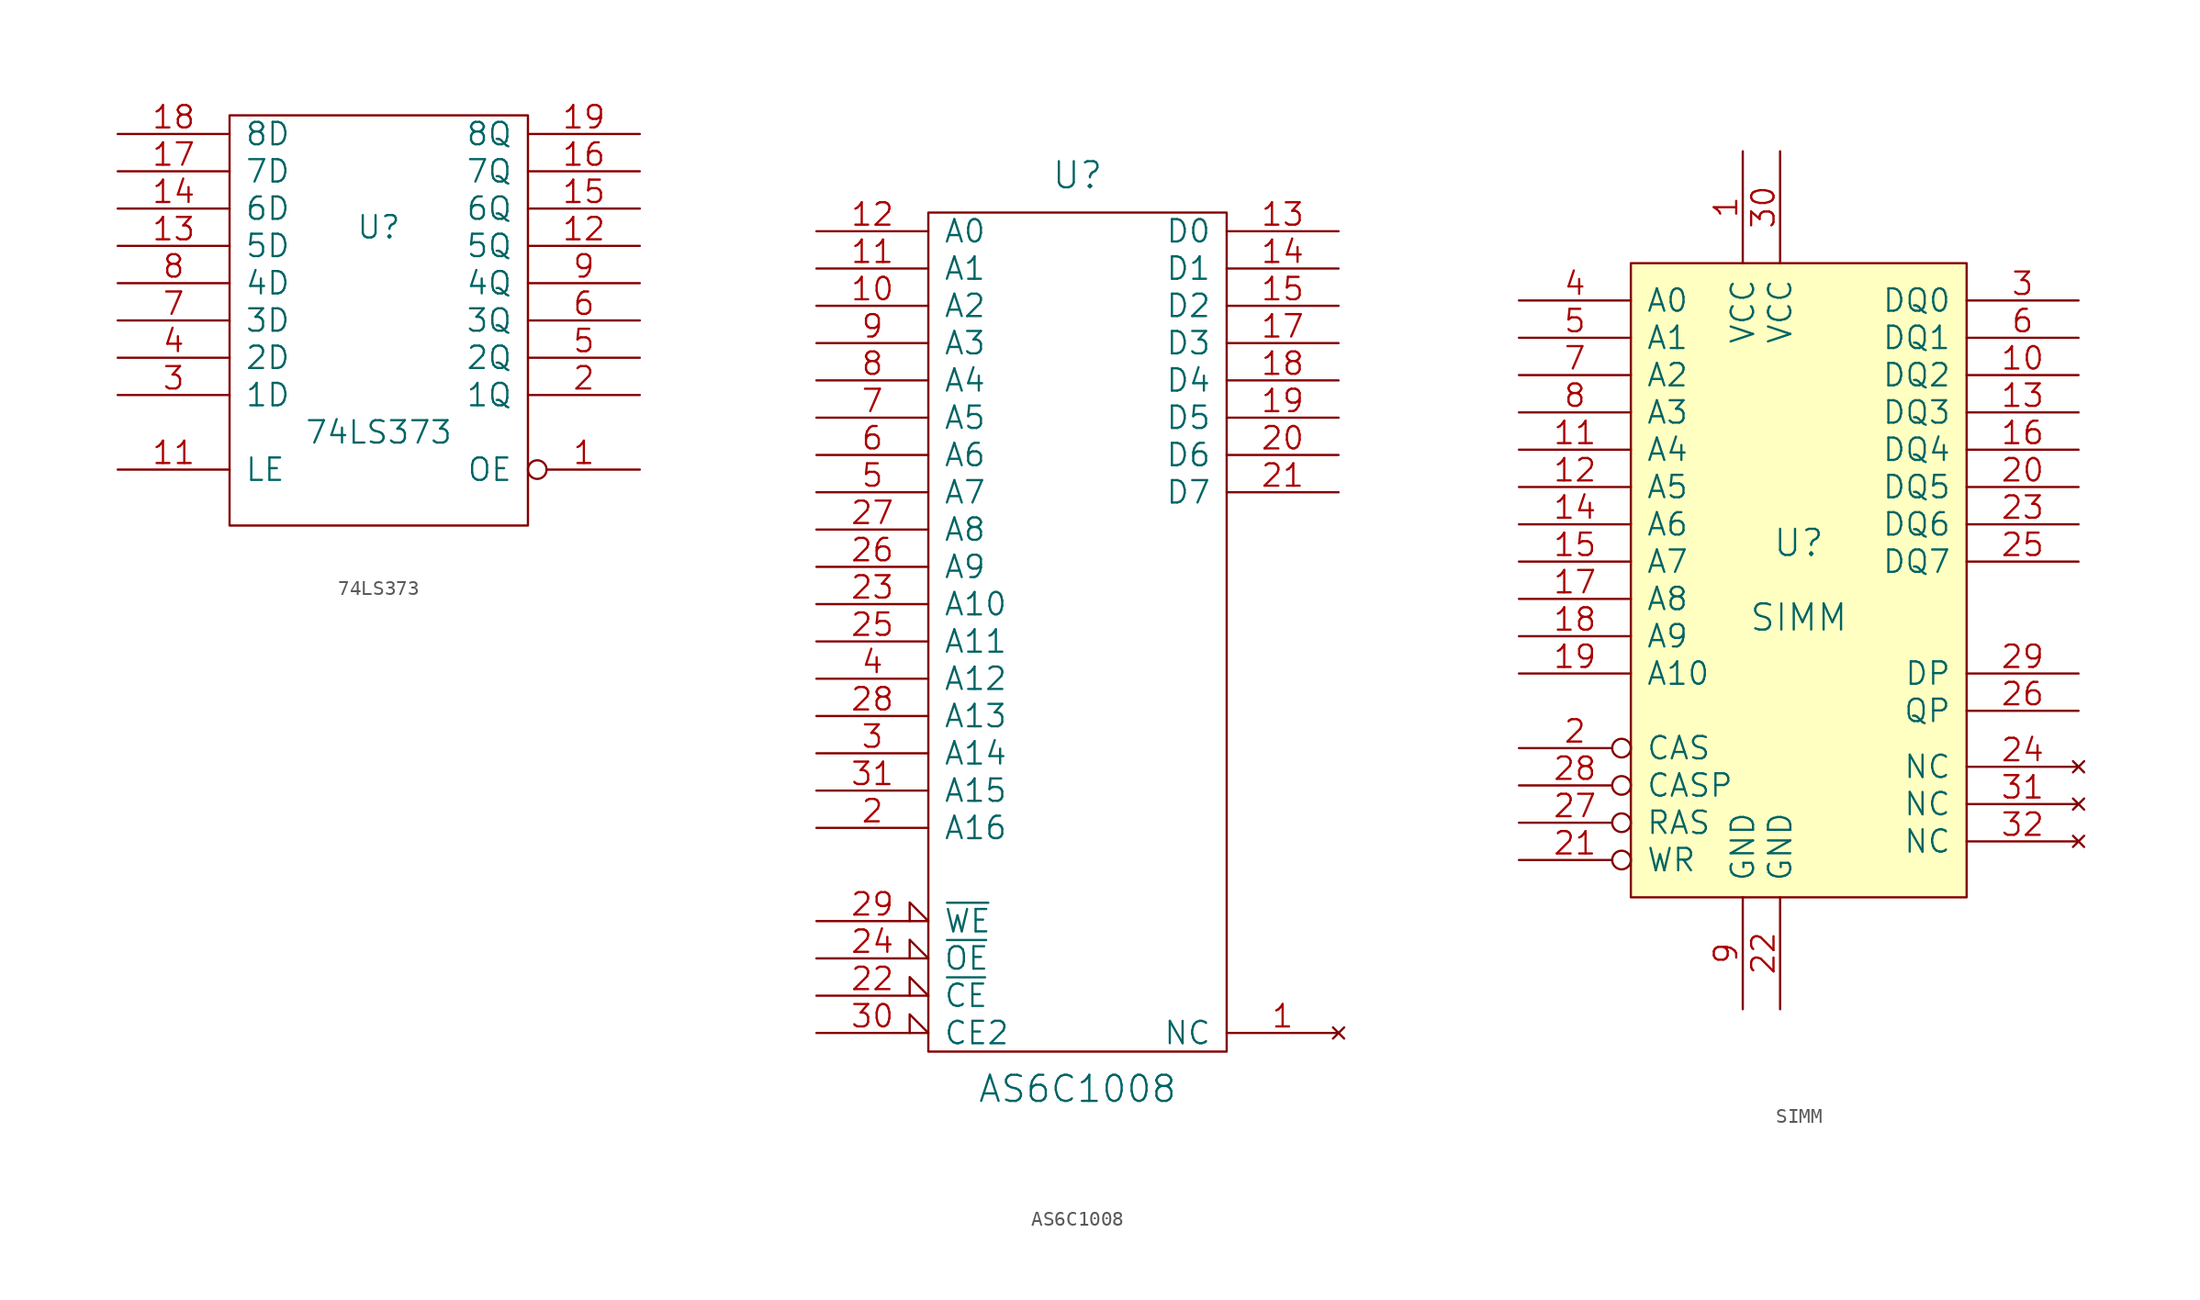
<source format=kicad_sym>
(kicad_symbol_lib
  (version 20211014)
  (generator kicad_symbol_editor)
  (symbol "74LS373"
    (pin_names
      (offset 1.016))
    (property "Reference" "U"
      (at 0 6.35 0)
      (effects (font (size 1.524 1.524))))
    (property "Value" "74LS373"
      (at 0 -7.62 0)
      (effects (font (size 1.524 1.524))))
    (property "Footprint" ""
      (at 0 0 0)
      (effects (font (size 1.524 1.524))))
    (property "Datasheet" ""
      (at 0 0 0)
      (effects (font (size 1.524 1.524))))
    (symbol "74LS373_0_0"
      (pin power_in line (at -5.08 -13.97 90) (length 0) hide (name "GND" (effects (font (size 1.524 1.524)))) (number "10" (effects (font (size 1.524 1.524)))))
      (pin power_in line (at -2.54 13.97 90) (length 0) hide (name "VCC" (effects (font (size 1.524 1.524)))) (number "20" (effects (font (size 1.524 1.524))))))
    (symbol "74LS373_0_1"
      (rectangle (start -10.16 13.97) (end 10.16 -13.97) (stroke (width 0) (type default) (color 0 0 0 0)) (fill (type none))))
    (symbol "74LS373_1_1"
      (pin input inverted (at 17.78 -10.16 180) (length 7.62) (name "OE" (effects (font (size 1.524 1.524)))) (number "1" (effects (font (size 1.524 1.524)))))
      (pin input line (at -17.78 -10.16 0) (length 7.62) (name "LE" (effects (font (size 1.524 1.524)))) (number "11" (effects (font (size 1.524 1.524)))))
      (pin tri_state line (at 17.78 5.08 180) (length 7.62) (name "5Q" (effects (font (size 1.524 1.524)))) (number "12" (effects (font (size 1.524 1.524)))))
      (pin input line (at -17.78 5.08 0) (length 7.62) (name "5D" (effects (font (size 1.524 1.524)))) (number "13" (effects (font (size 1.524 1.524)))))
      (pin input line (at -17.78 7.62 0) (length 7.62) (name "6D" (effects (font (size 1.524 1.524)))) (number "14" (effects (font (size 1.524 1.524)))))
      (pin tri_state line (at 17.78 7.62 180) (length 7.62) (name "6Q" (effects (font (size 1.524 1.524)))) (number "15" (effects (font (size 1.524 1.524)))))
      (pin tri_state line (at 17.78 10.16 180) (length 7.62) (name "7Q" (effects (font (size 1.524 1.524)))) (number "16" (effects (font (size 1.524 1.524)))))
      (pin input line (at -17.78 10.16 0) (length 7.62) (name "7D" (effects (font (size 1.524 1.524)))) (number "17" (effects (font (size 1.524 1.524)))))
      (pin input line (at -17.78 12.7 0) (length 7.62) (name "8D" (effects (font (size 1.524 1.524)))) (number "18" (effects (font (size 1.524 1.524)))))
      (pin tri_state line (at 17.78 12.7 180) (length 7.62) (name "8Q" (effects (font (size 1.524 1.524)))) (number "19" (effects (font (size 1.524 1.524)))))
      (pin tri_state line (at 17.78 -5.08 180) (length 7.62) (name "1Q" (effects (font (size 1.524 1.524)))) (number "2" (effects (font (size 1.524 1.524)))))
      (pin input line (at -17.78 -5.08 0) (length 7.62) (name "1D" (effects (font (size 1.524 1.524)))) (number "3" (effects (font (size 1.524 1.524)))))
      (pin input line (at -17.78 -2.54 0) (length 7.62) (name "2D" (effects (font (size 1.524 1.524)))) (number "4" (effects (font (size 1.524 1.524)))))
      (pin tri_state line (at 17.78 -2.54 180) (length 7.62) (name "2Q" (effects (font (size 1.524 1.524)))) (number "5" (effects (font (size 1.524 1.524)))))
      (pin tri_state line (at 17.78 0 180) (length 7.62) (name "3Q" (effects (font (size 1.524 1.524)))) (number "6" (effects (font (size 1.524 1.524)))))
      (pin input line (at -17.78 0 0) (length 7.62) (name "3D" (effects (font (size 1.524 1.524)))) (number "7" (effects (font (size 1.524 1.524)))))
      (pin input line (at -17.78 2.54 0) (length 7.62) (name "4D" (effects (font (size 1.524 1.524)))) (number "8" (effects (font (size 1.524 1.524)))))
      (pin tri_state line (at 17.78 2.54 180) (length 7.62) (name "4Q" (effects (font (size 1.524 1.524)))) (number "9" (effects (font (size 1.524 1.524)))))))
  (symbol "AS6C1008"
    (pin_names
      (offset 1.016))
    (property "Reference" "U"
      (at 0 30.48 0)
      (effects (font (size 1.778 1.778))))
    (property "Value" "AS6C1008"
      (at 0 -31.75 0)
      (effects (font (size 1.778 1.778))))
    (property "Footprint" ""
      (at 0 3.81 0)
      (effects (font (size 1.524 1.524))))
    (property "Datasheet" ""
      (at 0 3.81 0)
      (effects (font (size 1.524 1.524))))
    (symbol "AS6C1008_0_0"
      (pin power_in line (at -1.27 -29.21 90) (length 0) hide (name "GND" (effects (font (size 1.524 1.524)))) (number "16" (effects (font (size 1.524 1.524)))))
      (pin power_in line (at 1.27 27.94 270) (length 0) hide (name "VCC" (effects (font (size 1.524 1.524)))) (number "32" (effects (font (size 1.524 1.524))))))
    (symbol "AS6C1008_0_1"
      (rectangle (start -10.16 27.94) (end 10.16 -29.21) (stroke (width 0) (type default) (color 0 0 0 0)) (fill (type none))))
    (symbol "AS6C1008_1_1"
      (pin no_connect line (at 17.78 -27.94 180) (length 7.62) (name "NC" (effects (font (size 1.524 1.524)))) (number "1" (effects (font (size 1.524 1.524)))))
      (pin input line (at -17.78 21.59 0) (length 7.62) (name "A2" (effects (font (size 1.524 1.524)))) (number "10" (effects (font (size 1.524 1.524)))))
      (pin input line (at -17.78 24.13 0) (length 7.62) (name "A1" (effects (font (size 1.524 1.524)))) (number "11" (effects (font (size 1.524 1.524)))))
      (pin input line (at -17.78 26.67 0) (length 7.62) (name "A0" (effects (font (size 1.524 1.524)))) (number "12" (effects (font (size 1.524 1.524)))))
      (pin tri_state line (at 17.78 26.67 180) (length 7.62) (name "D0" (effects (font (size 1.524 1.524)))) (number "13" (effects (font (size 1.524 1.524)))))
      (pin tri_state line (at 17.78 24.13 180) (length 7.62) (name "D1" (effects (font (size 1.524 1.524)))) (number "14" (effects (font (size 1.524 1.524)))))
      (pin tri_state line (at 17.78 21.59 180) (length 7.62) (name "D2" (effects (font (size 1.524 1.524)))) (number "15" (effects (font (size 1.524 1.524)))))
      (pin tri_state line (at 17.78 19.05 180) (length 7.62) (name "D3" (effects (font (size 1.524 1.524)))) (number "17" (effects (font (size 1.524 1.524)))))
      (pin tri_state line (at 17.78 16.51 180) (length 7.62) (name "D4" (effects (font (size 1.524 1.524)))) (number "18" (effects (font (size 1.524 1.524)))))
      (pin tri_state line (at 17.78 13.97 180) (length 7.62) (name "D5" (effects (font (size 1.524 1.524)))) (number "19" (effects (font (size 1.524 1.524)))))
      (pin input line (at -17.78 -13.97 0) (length 7.62) (name "A16" (effects (font (size 1.524 1.524)))) (number "2" (effects (font (size 1.524 1.524)))))
      (pin tri_state line (at 17.78 11.43 180) (length 7.62) (name "D6" (effects (font (size 1.524 1.524)))) (number "20" (effects (font (size 1.524 1.524)))))
      (pin tri_state line (at 17.78 8.89 180) (length 7.62) (name "D7" (effects (font (size 1.524 1.524)))) (number "21" (effects (font (size 1.524 1.524)))))
      (pin input input_low (at -17.78 -25.4 0) (length 7.62) (name "~{CE}" (effects (font (size 1.524 1.524)))) (number "22" (effects (font (size 1.524 1.524)))))
      (pin input line (at -17.78 1.27 0) (length 7.62) (name "A10" (effects (font (size 1.524 1.524)))) (number "23" (effects (font (size 1.524 1.524)))))
      (pin input input_low (at -17.78 -22.86 0) (length 7.62) (name "~{OE}" (effects (font (size 1.524 1.524)))) (number "24" (effects (font (size 1.524 1.524)))))
      (pin input line (at -17.78 -1.27 0) (length 7.62) (name "A11" (effects (font (size 1.524 1.524)))) (number "25" (effects (font (size 1.524 1.524)))))
      (pin input line (at -17.78 3.81 0) (length 7.62) (name "A9" (effects (font (size 1.524 1.524)))) (number "26" (effects (font (size 1.524 1.524)))))
      (pin input line (at -17.78 6.35 0) (length 7.62) (name "A8" (effects (font (size 1.524 1.524)))) (number "27" (effects (font (size 1.524 1.524)))))
      (pin input line (at -17.78 -6.35 0) (length 7.62) (name "A13" (effects (font (size 1.524 1.524)))) (number "28" (effects (font (size 1.524 1.524)))))
      (pin input input_low (at -17.78 -20.32 0) (length 7.62) (name "~{WE}" (effects (font (size 1.524 1.524)))) (number "29" (effects (font (size 1.524 1.524)))))
      (pin input line (at -17.78 -8.89 0) (length 7.62) (name "A14" (effects (font (size 1.524 1.524)))) (number "3" (effects (font (size 1.524 1.524)))))
      (pin input input_low (at -17.78 -27.94 0) (length 7.62) (name "CE2" (effects (font (size 1.524 1.524)))) (number "30" (effects (font (size 1.524 1.524)))))
      (pin input line (at -17.78 -11.43 0) (length 7.62) (name "A15" (effects (font (size 1.524 1.524)))) (number "31" (effects (font (size 1.524 1.524)))))
      (pin input line (at -17.78 -3.81 0) (length 7.62) (name "A12" (effects (font (size 1.524 1.524)))) (number "4" (effects (font (size 1.524 1.524)))))
      (pin input line (at -17.78 8.89 0) (length 7.62) (name "A7" (effects (font (size 1.524 1.524)))) (number "5" (effects (font (size 1.524 1.524)))))
      (pin input line (at -17.78 11.43 0) (length 7.62) (name "A6" (effects (font (size 1.524 1.524)))) (number "6" (effects (font (size 1.524 1.524)))))
      (pin input line (at -17.78 13.97 0) (length 7.62) (name "A5" (effects (font (size 1.524 1.524)))) (number "7" (effects (font (size 1.524 1.524)))))
      (pin input line (at -17.78 16.51 0) (length 7.62) (name "A4" (effects (font (size 1.524 1.524)))) (number "8" (effects (font (size 1.524 1.524)))))
      (pin input line (at -17.78 19.05 0) (length 7.62) (name "A3" (effects (font (size 1.524 1.524)))) (number "9" (effects (font (size 1.524 1.524)))))))
  (symbol "SIMM"
    (pin_names
      (offset 1.016))
    (property "Reference" "U"
      (at 0 2.54 0)
      (effects (font (size 1.778 1.778))))
    (property "Value" "SIMM"
      (at 0 -2.54 0)
      (effects (font (size 1.778 1.778))))
    (symbol "SIMM_0_1"
      (rectangle (start -11.43 -21.59) (end 11.43 21.59) (stroke (width 0) (type default) (color 0 0 0 0)) (fill (type background))))
    (symbol "SIMM_1_1"
      (pin power_in line (at -3.81 29.21 270) (length 7.62) (name "VCC" (effects (font (size 1.524 1.524)))) (number "1" (effects (font (size 1.524 1.524)))))
      (pin tri_state line (at 19.05 13.97 180) (length 7.62) (name "DQ2" (effects (font (size 1.524 1.524)))) (number "10" (effects (font (size 1.524 1.524)))))
      (pin input line (at -19.05 8.89 0) (length 7.62) (name "A4" (effects (font (size 1.524 1.524)))) (number "11" (effects (font (size 1.524 1.524)))))
      (pin input line (at -19.05 6.35 0) (length 7.62) (name "A5" (effects (font (size 1.524 1.524)))) (number "12" (effects (font (size 1.524 1.524)))))
      (pin tri_state line (at 19.05 11.43 180) (length 7.62) (name "DQ3" (effects (font (size 1.524 1.524)))) (number "13" (effects (font (size 1.524 1.524)))))
      (pin input line (at -19.05 3.81 0) (length 7.62) (name "A6" (effects (font (size 1.524 1.524)))) (number "14" (effects (font (size 1.524 1.524)))))
      (pin input line (at -19.05 1.27 0) (length 7.62) (name "A7" (effects (font (size 1.524 1.524)))) (number "15" (effects (font (size 1.524 1.524)))))
      (pin tri_state line (at 19.05 8.89 180) (length 7.62) (name "DQ4" (effects (font (size 1.524 1.524)))) (number "16" (effects (font (size 1.524 1.524)))))
      (pin input line (at -19.05 -1.27 0) (length 7.62) (name "A8" (effects (font (size 1.524 1.524)))) (number "17" (effects (font (size 1.524 1.524)))))
      (pin input line (at -19.05 -3.81 0) (length 7.62) (name "A9" (effects (font (size 1.524 1.524)))) (number "18" (effects (font (size 1.524 1.524)))))
      (pin input line (at -19.05 -6.35 0) (length 7.62) (name "A10" (effects (font (size 1.524 1.524)))) (number "19" (effects (font (size 1.524 1.524)))))
      (pin input inverted (at -19.05 -11.43 0) (length 7.62) (name "CAS" (effects (font (size 1.524 1.524)))) (number "2" (effects (font (size 1.524 1.524)))))
      (pin tri_state line (at 19.05 6.35 180) (length 7.62) (name "DQ5" (effects (font (size 1.524 1.524)))) (number "20" (effects (font (size 1.524 1.524)))))
      (pin input inverted (at -19.05 -19.05 0) (length 7.62) (name "WR" (effects (font (size 1.524 1.524)))) (number "21" (effects (font (size 1.524 1.524)))))
      (pin power_in line (at -1.27 -29.21 90) (length 7.62) (name "GND" (effects (font (size 1.524 1.524)))) (number "22" (effects (font (size 1.524 1.524)))))
      (pin tri_state line (at 19.05 3.81 180) (length 7.62) (name "DQ6" (effects (font (size 1.524 1.524)))) (number "23" (effects (font (size 1.524 1.524)))))
      (pin no_connect line (at 19.05 -12.7 180) (length 7.62) (name "NC" (effects (font (size 1.524 1.524)))) (number "24" (effects (font (size 1.524 1.524)))))
      (pin input line (at 19.05 1.27 180) (length 7.62) (name "DQ7" (effects (font (size 1.524 1.524)))) (number "25" (effects (font (size 1.524 1.524)))))
      (pin tri_state line (at 19.05 -8.89 180) (length 7.62) (name "QP" (effects (font (size 1.524 1.524)))) (number "26" (effects (font (size 1.524 1.524)))))
      (pin input inverted (at -19.05 -16.51 0) (length 7.62) (name "RAS" (effects (font (size 1.524 1.524)))) (number "27" (effects (font (size 1.524 1.524)))))
      (pin input inverted (at -19.05 -13.97 0) (length 7.62) (name "CASP" (effects (font (size 1.524 1.524)))) (number "28" (effects (font (size 1.524 1.524)))))
      (pin input line (at 19.05 -6.35 180) (length 7.62) (name "DP" (effects (font (size 1.524 1.524)))) (number "29" (effects (font (size 1.524 1.524)))))
      (pin tri_state line (at 19.05 19.05 180) (length 7.62) (name "DQ0" (effects (font (size 1.524 1.524)))) (number "3" (effects (font (size 1.524 1.524)))))
      (pin power_in line (at -1.27 29.21 270) (length 7.62) (name "VCC" (effects (font (size 1.524 1.524)))) (number "30" (effects (font (size 1.524 1.524)))))
      (pin no_connect line (at 19.05 -15.24 180) (length 7.62) (name "NC" (effects (font (size 1.524 1.524)))) (number "31" (effects (font (size 1.524 1.524)))))
      (pin no_connect line (at 19.05 -17.78 180) (length 7.62) (name "NC" (effects (font (size 1.524 1.524)))) (number "32" (effects (font (size 1.524 1.524)))))
      (pin input line (at -19.05 19.05 0) (length 7.62) (name "A0" (effects (font (size 1.524 1.524)))) (number "4" (effects (font (size 1.524 1.524)))))
      (pin input line (at -19.05 16.51 0) (length 7.62) (name "A1" (effects (font (size 1.524 1.524)))) (number "5" (effects (font (size 1.524 1.524)))))
      (pin tri_state line (at 19.05 16.51 180) (length 7.62) (name "DQ1" (effects (font (size 1.524 1.524)))) (number "6" (effects (font (size 1.524 1.524)))))
      (pin input line (at -19.05 13.97 0) (length 7.62) (name "A2" (effects (font (size 1.524 1.524)))) (number "7" (effects (font (size 1.524 1.524)))))
      (pin input line (at -19.05 11.43 0) (length 7.62) (name "A3" (effects (font (size 1.524 1.524)))) (number "8" (effects (font (size 1.524 1.524)))))
      (pin power_in line (at -3.81 -29.21 90) (length 7.62) (name "GND" (effects (font (size 1.524 1.524)))) (number "9" (effects (font (size 1.524 1.524))))))))
</source>
